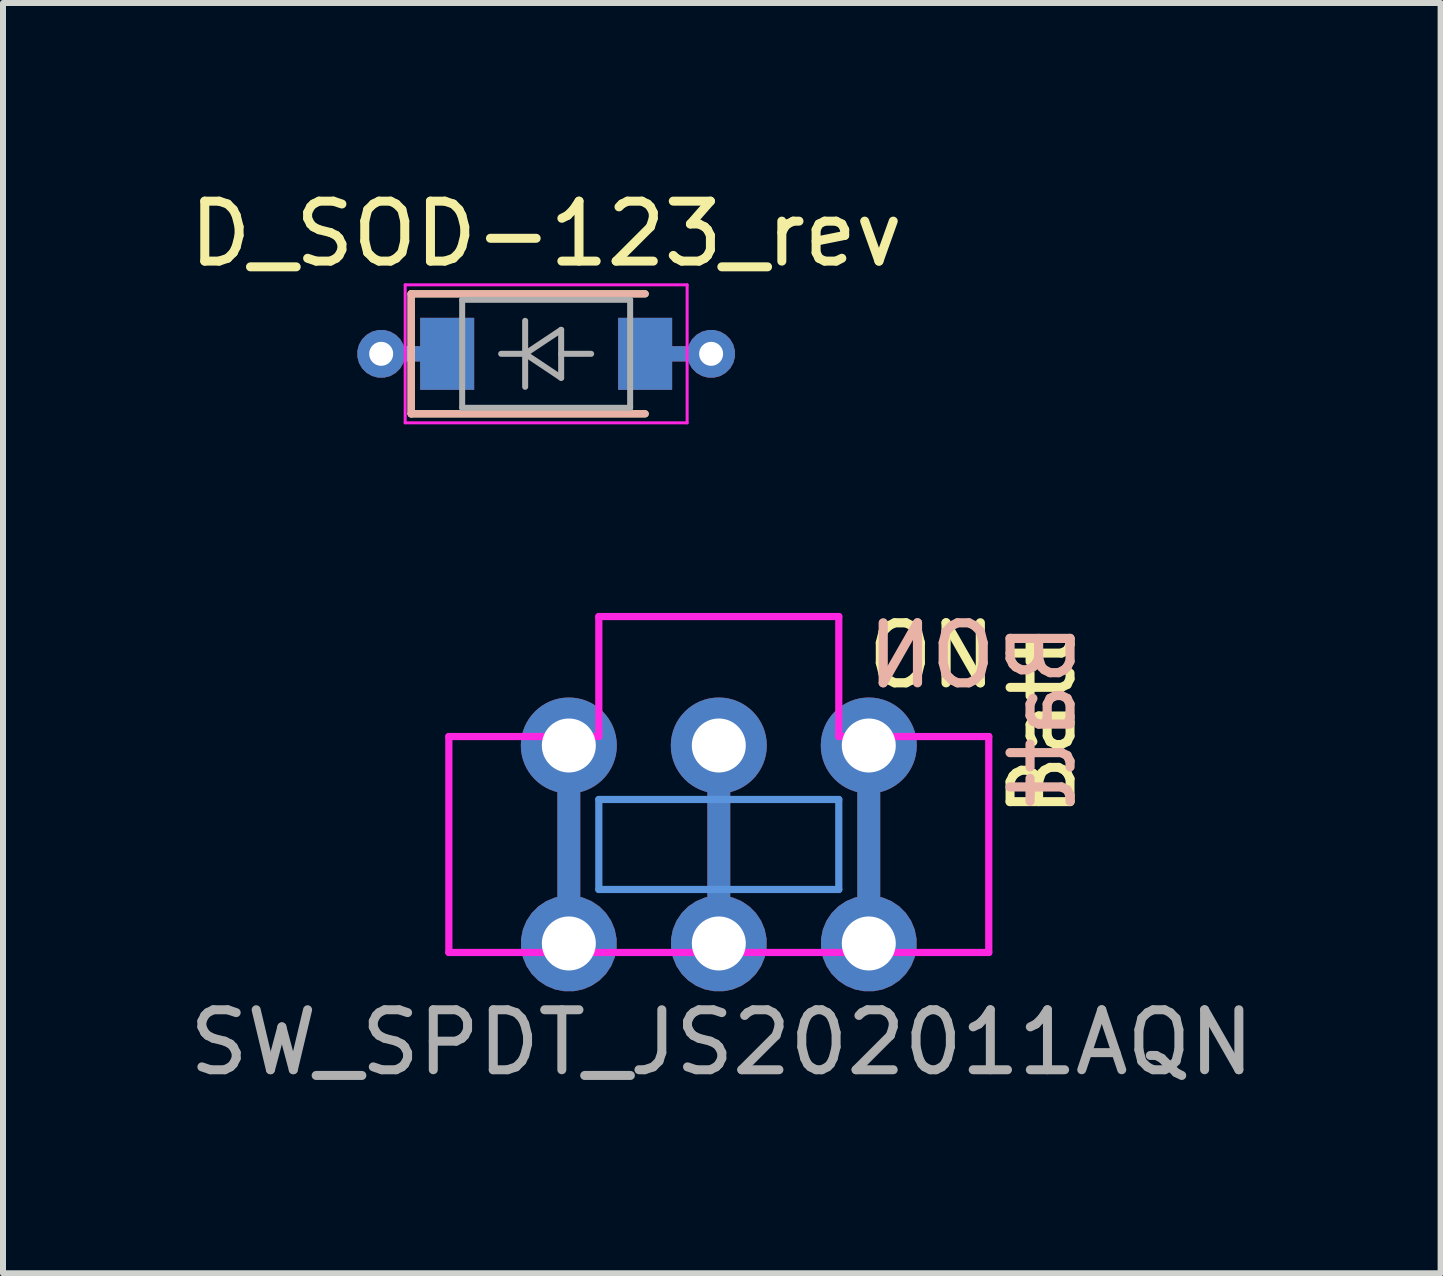
<source format=kicad_pcb>
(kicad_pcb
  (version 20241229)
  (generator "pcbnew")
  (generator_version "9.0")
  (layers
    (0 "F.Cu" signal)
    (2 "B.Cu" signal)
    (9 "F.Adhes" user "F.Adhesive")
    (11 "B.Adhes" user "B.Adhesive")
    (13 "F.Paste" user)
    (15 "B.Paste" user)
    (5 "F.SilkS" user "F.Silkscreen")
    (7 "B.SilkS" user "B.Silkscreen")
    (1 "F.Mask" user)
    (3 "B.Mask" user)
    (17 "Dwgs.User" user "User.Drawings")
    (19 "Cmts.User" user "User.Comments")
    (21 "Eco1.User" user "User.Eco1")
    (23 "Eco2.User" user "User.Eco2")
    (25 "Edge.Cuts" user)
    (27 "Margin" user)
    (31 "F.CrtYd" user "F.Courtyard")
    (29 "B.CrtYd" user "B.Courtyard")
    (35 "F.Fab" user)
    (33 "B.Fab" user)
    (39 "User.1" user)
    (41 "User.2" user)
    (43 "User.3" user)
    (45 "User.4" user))
  (footprint "SW_SPDT_JS202011AQN"
    (layer "F.Cu")
    (at 8.932 11.027)
    (property "Reference" "SW_SPDT_JS202011AQN" (at 0.05 3.3 0) (layer "F.Fab") (effects (font (size 1 1) (thickness 0.15))))
    (attr through_hole)
    (fp_line (start -2 -0.75) (end -2 0.75) (stroke (width 0.12) (type solid)) (layer "Cmts.User"))
    (fp_line (start -2 0.75) (end 2 0.75) (stroke (width 0.12) (type solid)) (layer "Cmts.User"))
    (fp_line (start 2 -0.75) (end -2 -0.75) (stroke (width 0.12) (type solid)) (layer "Cmts.User"))
    (fp_line (start 2 0.75) (end 2 -0.75) (stroke (width 0.12) (type solid)) (layer "Cmts.User"))
    (fp_line (start -4.5 -1.8) (end -2 -1.8) (stroke (width 0.12) (type solid)) (layer "F.CrtYd"))
    (fp_line (start -4.5 1.8) (end -4.5 -1.8) (stroke (width 0.12) (type solid)) (layer "F.CrtYd"))
    (fp_line (start -2 -3.8) (end 2 -3.8) (stroke (width 0.12) (type solid)) (layer "F.CrtYd"))
    (fp_line (start -2 -1.8) (end -2 -3.8) (stroke (width 0.12) (type solid)) (layer "F.CrtYd"))
    (fp_line (start 2 -3.8) (end 2 -1.8) (stroke (width 0.12) (type solid)) (layer "F.CrtYd"))
    (fp_line (start 2 -1.8) (end 4.5 -1.8) (stroke (width 0.12) (type solid)) (layer "F.CrtYd"))
    (fp_line (start 4.5 -1.8) (end 4.5 1.8) (stroke (width 0.12) (type solid)) (layer "F.CrtYd"))
    (fp_line (start 4.5 1.8) (end -4.5 1.8) (stroke (width 0.12) (type solid)) (layer "F.CrtYd"))
    (fp_text user "ON" (at 3.55 -3.15 0) (layer "F.SilkS") (effects (font (size 1 1) (thickness 0.153))))
    (fp_text user "Batt" (at 5.4 -2 270) (layer "F.SilkS") (effects (font (size 1 1) (thickness 0.15))))
    (fp_text user "ON" (at 3.55 -3.15 0) (layer "B.SilkS") (effects (font (size 1 1) (thickness 0.153)) (justify mirror)))
    (fp_text user "Batt" (at 5.4 -2.15 90) (layer "B.SilkS") (effects (font (size 1 1) (thickness 0.153)) (justify mirror)))
    (pad "1" thru_hole circle (at -2.5 -1.65) (size 1.6 1.6) (drill 0.9) (layers "*.Cu" "*.Mask"))
    (pad "1" thru_hole custom (at -2.5 1.65) (size 1.6 1.6) (drill 0.9) (layers "*.Cu" "*.Mask") (options (anchor circle)) (primitives (gr_line (start 0 0) (end 0 -3.3) (width 0.381))))
    (pad "2" thru_hole circle (at 0 -1.65) (size 1.6 1.6) (drill 0.9) (layers "*.Cu" "*.Mask"))
    (pad "2" thru_hole custom (at 0 1.65) (size 1.6 1.6) (drill 0.9) (layers "*.Cu" "*.Mask") (options (anchor circle)) (primitives (gr_line (start 0 0) (end 0 -3.3) (width 0.381))))
    (pad "3" thru_hole circle (at 2.5 -1.65) (size 1.6 1.6) (drill 0.9) (layers "*.Cu" "*.Mask"))
    (pad "3" thru_hole custom (at 2.5 1.65) (size 1.6 1.6) (drill 0.9) (layers "*.Cu" "*.Mask") (options (anchor circle)) (primitives (gr_line (start 0 0) (end 0 -3.3) (width 0.381)))))
  (footprint "D_SOD-123_rev"
    (layer "F.Cu")
    (at 6.054 2.848)
    (property "Reference" "D_SOD-123_rev" (at 0 -2 0) (layer "F.SilkS") (effects (font (size 1 1) (thickness 0.15))))
    (attr smd)
    (fp_line (start -2.25 -1) (end -2.25 1) (stroke (width 0.12) (type solid)) (layer "F.SilkS"))
    (fp_line (start -2.25 -1) (end 1.65 -1) (stroke (width 0.12) (type solid)) (layer "F.SilkS"))
    (fp_line (start -2.25 1) (end 1.65 1) (stroke (width 0.12) (type solid)) (layer "F.SilkS"))
    (fp_line (start -2.25 -1) (end -2.25 1) (stroke (width 0.12) (type solid)) (layer "B.SilkS"))
    (fp_line (start -2.25 -1) (end 1.65 -1) (stroke (width 0.12) (type solid)) (layer "B.SilkS"))
    (fp_line (start -2.25 1) (end 1.65 1) (stroke (width 0.12) (type solid)) (layer "B.SilkS"))
    (fp_line (start -2.35 -1.15) (end -2.35 1.15) (stroke (width 0.05) (type solid)) (layer "F.CrtYd"))
    (fp_line (start -2.35 -1.15) (end 2.35 -1.15) (stroke (width 0.05) (type solid)) (layer "F.CrtYd"))
    (fp_line (start 2.35 -1.15) (end 2.35 1.15) (stroke (width 0.05) (type solid)) (layer "F.CrtYd"))
    (fp_line (start 2.35 1.15) (end -2.35 1.15) (stroke (width 0.05) (type solid)) (layer "F.CrtYd"))
    (fp_line (start -1.4 -0.9) (end 1.4 -0.9) (stroke (width 0.1) (type solid)) (layer "F.Fab"))
    (fp_line (start -1.4 0.9) (end -1.4 -0.9) (stroke (width 0.1) (type solid)) (layer "F.Fab"))
    (fp_line (start -0.75 0) (end -0.35 0) (stroke (width 0.1) (type solid)) (layer "F.Fab"))
    (fp_line (start -0.35 0) (end -0.35 -0.55) (stroke (width 0.1) (type solid)) (layer "F.Fab"))
    (fp_line (start -0.35 0) (end -0.35 0.55) (stroke (width 0.1) (type solid)) (layer "F.Fab"))
    (fp_line (start -0.35 0) (end 0.25 -0.4) (stroke (width 0.1) (type solid)) (layer "F.Fab"))
    (fp_line (start 0.25 -0.4) (end 0.25 0.4) (stroke (width 0.1) (type solid)) (layer "F.Fab"))
    (fp_line (start 0.25 0) (end 0.75 0) (stroke (width 0.1) (type solid)) (layer "F.Fab"))
    (fp_line (start 0.25 0.4) (end -0.35 0) (stroke (width 0.1) (type solid)) (layer "F.Fab"))
    (fp_line (start 1.4 -0.9) (end 1.4 0.9) (stroke (width 0.1) (type solid)) (layer "F.Fab"))
    (fp_line (start 1.4 0.9) (end -1.4 0.9) (stroke (width 0.1) (type solid)) (layer "F.Fab"))
    (pad "1" thru_hole custom (at -2.75 0) (size 0.8 0.8) (drill 0.4) (layers "*.Cu") (options (anchor circle)) (primitives (gr_line (start 1.1 0) (end 0 0) (width 0.254))))
    (pad "1" smd rect (at -1.65 0) (size 0.9 1.2) (layers "F.Cu" "F.Mask" "F.Paste"))
    (pad "1" smd rect (at -1.65 0) (size 0.9 1.2) (layers "B.Cu" "B.Mask" "B.Paste"))
    (pad "2" smd rect (at 1.65 0) (size 0.9 1.2) (layers "F.Cu" "F.Mask" "F.Paste"))
    (pad "2" smd rect (at 1.65 0) (size 0.9 1.2) (layers "B.Cu" "B.Mask" "B.Paste"))
    (pad "2" thru_hole custom (at 2.75 0 180) (size 0.8 0.8) (drill 0.4) (layers "*.Cu") (options (anchor circle)) (primitives (gr_line (start 1.1 0) (end 0 0) (width 0.254)))))
  (gr_rect
    (start -3 -3)
    (end 20.964 18.175)
    (stroke (width 0.1) (type default))
    (fill no)
    (layer "Edge.Cuts")))
</source>
